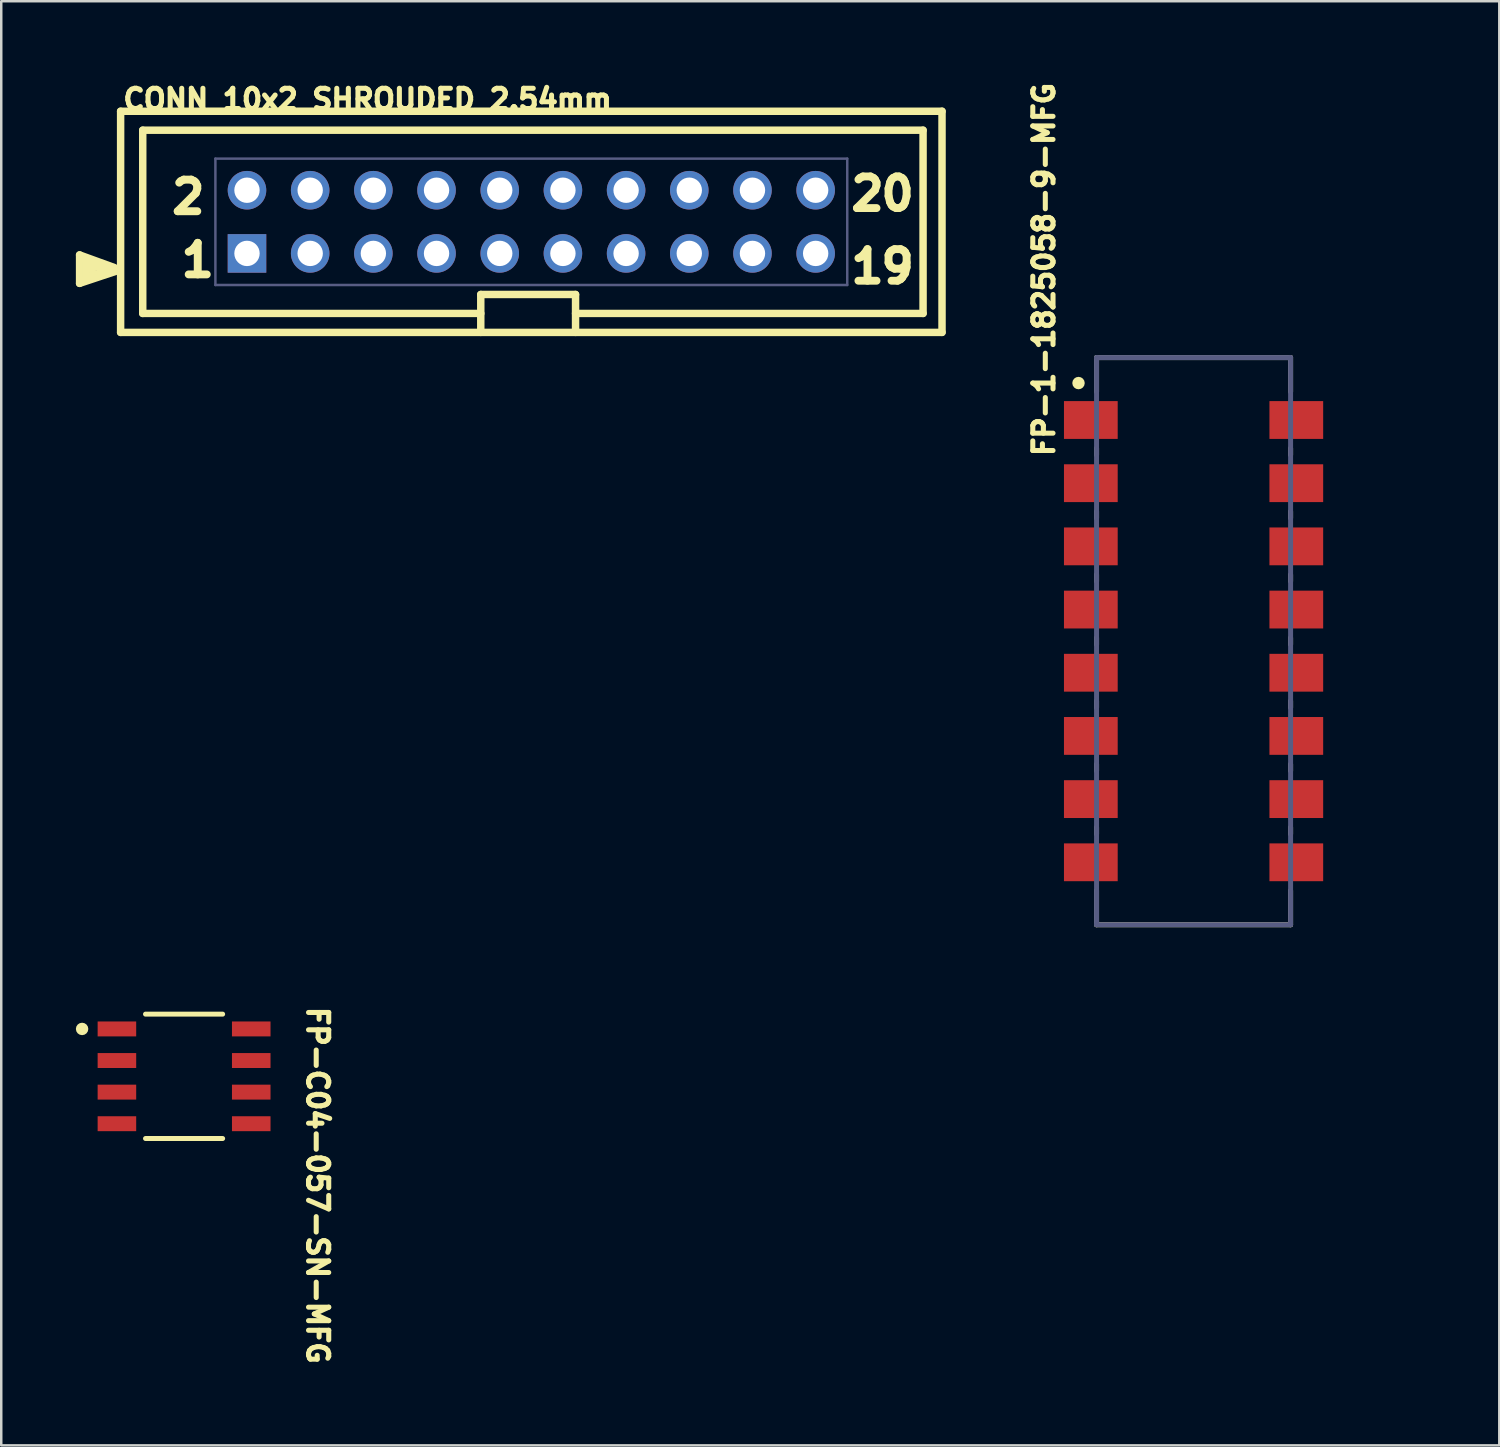
<source format=kicad_pcb>
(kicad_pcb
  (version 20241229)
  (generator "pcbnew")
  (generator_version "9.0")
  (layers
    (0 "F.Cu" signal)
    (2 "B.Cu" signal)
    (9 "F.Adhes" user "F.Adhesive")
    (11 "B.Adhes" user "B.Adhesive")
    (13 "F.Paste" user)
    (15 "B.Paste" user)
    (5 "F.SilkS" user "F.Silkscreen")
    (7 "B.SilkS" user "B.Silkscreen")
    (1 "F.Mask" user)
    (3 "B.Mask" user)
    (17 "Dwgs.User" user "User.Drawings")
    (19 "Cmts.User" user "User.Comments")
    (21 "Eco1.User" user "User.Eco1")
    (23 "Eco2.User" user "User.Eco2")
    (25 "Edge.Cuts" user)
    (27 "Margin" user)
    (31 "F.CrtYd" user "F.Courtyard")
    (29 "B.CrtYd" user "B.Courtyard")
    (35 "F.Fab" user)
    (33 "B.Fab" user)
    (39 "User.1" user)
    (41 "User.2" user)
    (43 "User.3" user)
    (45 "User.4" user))
  (footprint "CONN_10x2_SHROUDED_2.54mm"
    (layer "F.Cu")
    (at 6.879 7.137)
    (property "Reference" "CONN_10x2_SHROUDED_2.54mm" (at -5.08 -5.715 0) (unlocked yes) (layer "F.SilkS") (effects (font (size 0.813 0.813) (thickness 0.203)) (justify left bottom)))
    (fp_line (start -6.729 0.061) (end -6.729 1.204) (stroke (width 0.3) (type solid)) (layer "F.SilkS"))
    (fp_line (start -6.475 0.315) (end -6.475 0.95) (stroke (width 0.3) (type solid)) (layer "F.SilkS"))
    (fp_line (start -6.221 0.696) (end -6.348 0.442) (stroke (width 0.3) (type solid)) (layer "F.SilkS"))
    (fp_line (start -5.586 0.696) (end -6.475 0.95) (stroke (width 0.3) (type solid)) (layer "F.SilkS"))
    (fp_line (start -5.586 0.696) (end -6.348 0.442) (stroke (width 0.3) (type solid)) (layer "F.SilkS"))
    (fp_line (start -5.332 0.569) (end -6.729 0.061) (stroke (width 0.3) (type solid)) (layer "F.SilkS"))
    (fp_line (start -5.205 0.696) (end -6.729 1.204) (stroke (width 0.3) (type solid)) (layer "F.SilkS"))
    (fp_line (start -5.08 -5.715) (end -5.08 3.175) (stroke (width 0.3) (type solid)) (layer "F.SilkS"))
    (fp_line (start -5.08 -5.715) (end 27.94 -5.715) (stroke (width 0.3) (type solid)) (layer "F.SilkS"))
    (fp_line (start -5.08 3.175) (end 27.94 3.175) (stroke (width 0.3) (type solid)) (layer "F.SilkS"))
    (fp_line (start -4.191 -4.953) (end -4.191 2.413) (stroke (width 0.3) (type solid)) (layer "F.SilkS"))
    (fp_line (start -4.191 -4.953) (end 27.178 -4.953) (stroke (width 0.3) (type solid)) (layer "F.SilkS"))
    (fp_line (start -4.191 2.413) (end 9.398 2.413) (stroke (width 0.3) (type solid)) (layer "F.SilkS"))
    (fp_line (start 9.398 1.651) (end 9.398 3.175) (stroke (width 0.3) (type solid)) (layer "F.SilkS"))
    (fp_line (start 9.398 1.651) (end 13.208 1.651) (stroke (width 0.3) (type solid)) (layer "F.SilkS"))
    (fp_line (start 13.208 1.651) (end 13.208 3.175) (stroke (width 0.3) (type solid)) (layer "F.SilkS"))
    (fp_line (start 13.208 2.413) (end 27.178 2.413) (stroke (width 0.3) (type solid)) (layer "F.SilkS"))
    (fp_line (start 27.178 -4.953) (end 27.178 2.413) (stroke (width 0.3) (type solid)) (layer "F.SilkS"))
    (fp_line (start 27.94 -5.715) (end 27.94 3.175) (stroke (width 0.3) (type solid)) (layer "F.SilkS"))
    (fp_line (start -1.495 -4.035) (end -1.495 1.495) (stroke (width 0.05) (type solid)) (layer "Eco1.User"))
    (fp_line (start -1.495 -4.035) (end 24.355 -4.035) (stroke (width 0.05) (type solid)) (layer "Eco1.User"))
    (fp_line (start -1.495 1.495) (end 24.355 1.495) (stroke (width 0.05) (type solid)) (layer "Eco1.User"))
    (fp_line (start 24.355 -4.035) (end 24.355 1.495) (stroke (width 0.05) (type solid)) (layer "Eco1.User"))
    (fp_line (start -1.27 -3.81) (end -1.27 1.27) (stroke (width 0.1) (type solid)) (layer "B.Fab"))
    (fp_line (start -1.27 -3.81) (end 24.13 -3.81) (stroke (width 0.1) (type solid)) (layer "B.Fab"))
    (fp_line (start -1.27 1.27) (end 24.13 1.27) (stroke (width 0.1) (type solid)) (layer "B.Fab"))
    (fp_line (start 24.13 -3.81) (end 24.13 1.27) (stroke (width 0.1) (type solid)) (layer "B.Fab"))
    (fp_text user "2" (at -3.175 -1.524 0) (unlocked yes) (layer "F.SilkS") (effects (font (size 1.27 1.27) (thickness 0.381) (bold yes)) (justify left bottom)))
    (fp_text user "20" (at 24.13 -1.651 0) (unlocked yes) (layer "F.SilkS") (effects (font (size 1.27 1.27) (thickness 0.381) (bold yes)) (justify left bottom)))
    (fp_text user "19" (at 24.13 1.27 0) (unlocked yes) (layer "F.SilkS") (effects (font (size 1.27 1.27) (thickness 0.381) (bold yes)) (justify left bottom)))
    (fp_text user "1" (at -2.794 1.016 0) (unlocked yes) (layer "F.SilkS") (effects (font (size 1.27 1.27) (thickness 0.381) (bold yes)) (justify left bottom)))
    (pad "1" thru_hole rect (at 0 0) (size 1.55 1.55) (drill 1.02) (layers "*.Cu" "*.Mask"))
    (pad "2" thru_hole circle (at 0 -2.54) (size 1.55 1.55) (drill 1.02) (layers "*.Cu" "*.Mask"))
    (pad "3" thru_hole circle (at 2.54 0) (size 1.55 1.55) (drill 1.02) (layers "*.Cu" "*.Mask"))
    (pad "4" thru_hole circle (at 2.54 -2.54) (size 1.55 1.55) (drill 1.02) (layers "*.Cu" "*.Mask"))
    (pad "5" thru_hole circle (at 5.08 0) (size 1.55 1.55) (drill 1.02) (layers "*.Cu" "*.Mask"))
    (pad "6" thru_hole circle (at 5.08 -2.54) (size 1.55 1.55) (drill 1.02) (layers "*.Cu" "*.Mask"))
    (pad "7" thru_hole circle (at 7.62 0) (size 1.55 1.55) (drill 1.02) (layers "*.Cu" "*.Mask"))
    (pad "8" thru_hole circle (at 7.62 -2.54) (size 1.55 1.55) (drill 1.02) (layers "*.Cu" "*.Mask"))
    (pad "9" thru_hole circle (at 10.16 0) (size 1.55 1.55) (drill 1.02) (layers "*.Cu" "*.Mask"))
    (pad "10" thru_hole circle (at 10.16 -2.54) (size 1.55 1.55) (drill 1.02) (layers "*.Cu" "*.Mask"))
    (pad "11" thru_hole circle (at 12.7 0) (size 1.55 1.55) (drill 1.02) (layers "*.Cu" "*.Mask"))
    (pad "12" thru_hole circle (at 12.7 -2.54) (size 1.55 1.55) (drill 1.02) (layers "*.Cu" "*.Mask"))
    (pad "13" thru_hole circle (at 15.24 0) (size 1.55 1.55) (drill 1.02) (layers "*.Cu" "*.Mask"))
    (pad "14" thru_hole circle (at 15.24 -2.54) (size 1.55 1.55) (drill 1.02) (layers "*.Cu" "*.Mask"))
    (pad "15" thru_hole circle (at 17.78 0) (size 1.55 1.55) (drill 1.02) (layers "*.Cu" "*.Mask"))
    (pad "16" thru_hole circle (at 17.78 -2.54) (size 1.55 1.55) (drill 1.02) (layers "*.Cu" "*.Mask"))
    (pad "17" thru_hole circle (at 20.32 0) (size 1.55 1.55) (drill 1.02) (layers "*.Cu" "*.Mask"))
    (pad "18" thru_hole circle (at 20.32 -2.54) (size 1.55 1.55) (drill 1.02) (layers "*.Cu" "*.Mask"))
    (pad "19" thru_hole circle (at 22.86 0) (size 1.55 1.55) (drill 1.02) (layers "*.Cu" "*.Mask"))
    (pad "20" thru_hole circle (at 22.86 -2.54) (size 1.55 1.55) (drill 1.02) (layers "*.Cu" "*.Mask")))
  (footprint "FP-C04-057-SN-MFG"
    (layer "F.Cu")
    (at 4.35 40.218)
    (property "Reference" "FP-C04-057-SN-MFG" (at 4.892 -2.894 270) (unlocked yes) (layer "F.SilkS") (effects (font (size 0.813 0.813) (thickness 0.203)) (justify left bottom)))
    (fp_line (start -1.55 -2.5) (end 1.55 -2.5) (stroke (width 0.2) (type solid)) (layer "F.SilkS"))
    (fp_line (start -1.55 2.5) (end 1.55 2.5) (stroke (width 0.2) (type solid)) (layer "F.SilkS"))
    (fp_circle (center -4.1 -1.905) (end -4.225 -1.905) (stroke (width 0.25) (type solid)) (fill no) (layer "F.SilkS"))
    (fp_line (start -3.575 -2.75) (end 3.575 -2.75) (stroke (width 0.2) (type solid)) (layer "Eco1.User"))
    (fp_line (start -3.575 -2.75) (end 3.575 -2.75) (stroke (width 0.2) (type solid)) (layer "Eco1.User"))
    (fp_line (start -3.575 2.75) (end -3.575 -2.75) (stroke (width 0.2) (type solid)) (layer "Eco1.User"))
    (fp_line (start -3.575 2.75) (end -3.575 -2.75) (stroke (width 0.2) (type solid)) (layer "Eco1.User"))
    (fp_line (start -3.575 2.75) (end 3.575 2.75) (stroke (width 0.2) (type solid)) (layer "Eco1.User"))
    (fp_line (start -3.575 2.75) (end 3.575 2.75) (stroke (width 0.2) (type solid)) (layer "Eco1.User"))
    (fp_line (start -2 -2.5) (end 2 -2.5) (stroke (width 0.2) (type solid)) (layer "Eco1.User"))
    (fp_line (start -2 2.5) (end -2 -2.5) (stroke (width 0.2) (type solid)) (layer "Eco1.User"))
    (fp_line (start -2 2.5) (end 2 2.5) (stroke (width 0.2) (type solid)) (layer "Eco1.User"))
    (fp_line (start -0.5 0) (end 0.5 0) (stroke (width 0.1) (type solid)) (layer "Eco1.User"))
    (fp_line (start 0 0.5) (end 0 -0.5) (stroke (width 0.1) (type solid)) (layer "Eco1.User"))
    (fp_line (start 2 2.5) (end 2 -2.5) (stroke (width 0.2) (type solid)) (layer "Eco1.User"))
    (fp_line (start 3.575 2.75) (end 3.575 -2.75) (stroke (width 0.2) (type solid)) (layer "Eco1.User"))
    (fp_line (start 3.575 2.75) (end 3.575 -2.75) (stroke (width 0.2) (type solid)) (layer "Eco1.User"))
    (fp_text user "${REFERENCE}" (at -0.00001 -0.011 180) (unlocked yes) (layer "Eco1.User") (effects (font (face "Arial") (size 0.63 0.63) (thickness 0.1)) (justify left bottom mirror)))
    (pad "1" smd rect (at -2.7 -1.905 180) (size 1.55 0.6) (layers "F.Cu" "F.Mask" "F.Paste"))
    (pad "2" smd rect (at -2.7 -0.635 180) (size 1.55 0.6) (layers "F.Cu" "F.Mask" "F.Paste"))
    (pad "3" smd rect (at -2.7 0.635 180) (size 1.55 0.6) (layers "F.Cu" "F.Mask" "F.Paste"))
    (pad "4" smd rect (at -2.7 1.905 180) (size 1.55 0.6) (layers "F.Cu" "F.Mask" "F.Paste"))
    (pad "5" smd rect (at 2.7 1.905 180) (size 1.55 0.6) (layers "F.Cu" "F.Mask" "F.Paste"))
    (pad "6" smd rect (at 2.7 0.635 180) (size 1.55 0.6) (layers "F.Cu" "F.Mask" "F.Paste"))
    (pad "7" smd rect (at 2.7 -0.635 180) (size 1.55 0.6) (layers "F.Cu" "F.Mask" "F.Paste"))
    (pad "8" smd rect (at 2.7 -1.905 180) (size 1.55 0.6) (layers "F.Cu" "F.Mask" "F.Paste")))
  (footprint "FP-1-1825058-9-MFG"
    (layer "F.Cu")
    (at 44.931 22.724)
    (property "Reference" "FP-1-1825058-9-MFG" (at -5.54 -7.337 90) (unlocked yes) (layer "F.SilkS") (effects (font (size 0.813 0.813) (thickness 0.203)) (justify left bottom)))
    (fp_line (start -3.9 -11.4) (end 3.9 -11.4) (stroke (width 0.2) (type solid)) (layer "F.SilkS"))
    (fp_line (start -3.9 -10.025) (end -3.9 -11.4) (stroke (width 0.2) (type solid)) (layer "F.SilkS"))
    (fp_line (start -3.9 -7.485) (end -3.9 -7.755) (stroke (width 0.2) (type solid)) (layer "F.SilkS"))
    (fp_line (start -3.9 -4.945) (end -3.9 -5.215) (stroke (width 0.2) (type solid)) (layer "F.SilkS"))
    (fp_line (start -3.9 -2.405) (end -3.9 -2.675) (stroke (width 0.2) (type solid)) (layer "F.SilkS"))
    (fp_line (start -3.9 0.135) (end -3.9 -0.135) (stroke (width 0.2) (type solid)) (layer "F.SilkS"))
    (fp_line (start -3.9 2.675) (end -3.9 2.405) (stroke (width 0.2) (type solid)) (layer "F.SilkS"))
    (fp_line (start -3.9 5.215) (end -3.9 4.945) (stroke (width 0.2) (type solid)) (layer "F.SilkS"))
    (fp_line (start -3.9 7.755) (end -3.9 7.485) (stroke (width 0.2) (type solid)) (layer "F.SilkS"))
    (fp_line (start -3.9 11.4) (end -3.9 10.025) (stroke (width 0.2) (type solid)) (layer "F.SilkS"))
    (fp_line (start -3.9 11.4) (end 3.9 11.4) (stroke (width 0.2) (type solid)) (layer "F.SilkS"))
    (fp_line (start 3.9 -10.025) (end 3.9 -11.4) (stroke (width 0.2) (type solid)) (layer "F.SilkS"))
    (fp_line (start 3.9 -7.485) (end 3.9 -7.755) (stroke (width 0.2) (type solid)) (layer "F.SilkS"))
    (fp_line (start 3.9 -4.945) (end 3.9 -5.215) (stroke (width 0.2) (type solid)) (layer "F.SilkS"))
    (fp_line (start 3.9 -2.405) (end 3.9 -2.675) (stroke (width 0.2) (type solid)) (layer "F.SilkS"))
    (fp_line (start 3.9 0.135) (end 3.9 -0.135) (stroke (width 0.2) (type solid)) (layer "F.SilkS"))
    (fp_line (start 3.9 2.675) (end 3.9 2.405) (stroke (width 0.2) (type solid)) (layer "F.SilkS"))
    (fp_line (start 3.9 5.215) (end 3.9 4.945) (stroke (width 0.2) (type solid)) (layer "F.SilkS"))
    (fp_line (start 3.9 7.755) (end 3.9 7.485) (stroke (width 0.2) (type solid)) (layer "F.SilkS"))
    (fp_line (start 3.9 11.4) (end 3.9 10.025) (stroke (width 0.2) (type solid)) (layer "F.SilkS"))
    (fp_circle (center -4.625 -10.375) (end -4.625 -10.5) (stroke (width 0.25) (type solid)) (fill no) (layer "F.SilkS"))
    (fp_line (start -5.31 -11.5) (end 5.31 -11.5) (stroke (width 0.2) (type solid)) (layer "Eco1.User"))
    (fp_line (start -5.31 11.5) (end -5.31 -11.5) (stroke (width 0.2) (type solid)) (layer "Eco1.User"))
    (fp_line (start -5.31 11.5) (end 5.31 11.5) (stroke (width 0.2) (type solid)) (layer "Eco1.User"))
    (fp_line (start -0.5 0) (end 0.5 0) (stroke (width 0.1) (type solid)) (layer "Eco1.User"))
    (fp_line (start 0 0.5) (end 0 -0.5) (stroke (width 0.1) (type solid)) (layer "Eco1.User"))
    (fp_line (start 5.31 11.5) (end 5.31 -11.5) (stroke (width 0.2) (type solid)) (layer "Eco1.User"))
    (fp_line (start -3.9 -11.4) (end 3.9 -11.4) (stroke (width 0.2) (type solid)) (layer "B.Fab"))
    (fp_line (start -3.9 11.4) (end -3.9 -11.4) (stroke (width 0.2) (type solid)) (layer "B.Fab"))
    (fp_line (start -3.9 11.4) (end 3.9 11.4) (stroke (width 0.2) (type solid)) (layer "B.Fab"))
    (fp_line (start 3.9 11.4) (end 3.9 -11.4) (stroke (width 0.2) (type solid)) (layer "B.Fab"))
    (fp_line (start -5.31 -11.5) (end 5.31 -11.5) (stroke (width 0.2) (type solid)) (layer "User.5"))
    (fp_line (start -5.31 11.5) (end -5.31 -11.5) (stroke (width 0.2) (type solid)) (layer "User.5"))
    (fp_line (start -5.31 11.5) (end 5.31 11.5) (stroke (width 0.2) (type solid)) (layer "User.5"))
    (fp_line (start 5.31 11.5) (end 5.31 -11.5) (stroke (width 0.2) (type solid)) (layer "User.5"))
    (fp_text user "${REFERENCE}" (at 0 0.178 0) (unlocked yes) (layer "User.5") (effects (font (face "Arial") (size 0.63 0.63) (thickness 0.1)) (justify left bottom)))
    (pad "1" smd rect (at -4.13 -8.89) (size 2.16 1.52) (layers "F.Cu" "F.Mask" "F.Paste"))
    (pad "2" smd rect (at -4.13 -6.35) (size 2.16 1.52) (layers "F.Cu" "F.Mask" "F.Paste"))
    (pad "3" smd rect (at -4.13 -3.81) (size 2.16 1.52) (layers "F.Cu" "F.Mask" "F.Paste"))
    (pad "4" smd rect (at -4.13 -1.27) (size 2.16 1.52) (layers "F.Cu" "F.Mask" "F.Paste"))
    (pad "5" smd rect (at -4.13 1.27) (size 2.16 1.52) (layers "F.Cu" "F.Mask" "F.Paste"))
    (pad "6" smd rect (at -4.13 3.81) (size 2.16 1.52) (layers "F.Cu" "F.Mask" "F.Paste"))
    (pad "7" smd rect (at -4.13 6.35) (size 2.16 1.52) (layers "F.Cu" "F.Mask" "F.Paste"))
    (pad "8" smd rect (at -4.13 8.89) (size 2.16 1.52) (layers "F.Cu" "F.Mask" "F.Paste"))
    (pad "9" smd rect (at 4.13 8.89) (size 2.16 1.52) (layers "F.Cu" "F.Mask" "F.Paste"))
    (pad "10" smd rect (at 4.13 6.35) (size 2.16 1.52) (layers "F.Cu" "F.Mask" "F.Paste"))
    (pad "11" smd rect (at 4.13 3.81) (size 2.16 1.52) (layers "F.Cu" "F.Mask" "F.Paste"))
    (pad "12" smd rect (at 4.13 1.27) (size 2.16 1.52) (layers "F.Cu" "F.Mask" "F.Paste"))
    (pad "13" smd rect (at 4.13 -1.27) (size 2.16 1.52) (layers "F.Cu" "F.Mask" "F.Paste"))
    (pad "14" smd rect (at 4.13 -3.81) (size 2.16 1.52) (layers "F.Cu" "F.Mask" "F.Paste"))
    (pad "15" smd rect (at 4.13 -6.35) (size 2.16 1.52) (layers "F.Cu" "F.Mask" "F.Paste"))
    (pad "16" smd rect (at 4.13 -8.89) (size 2.16 1.52) (layers "F.Cu" "F.Mask" "F.Paste")))
  (gr_rect
    (start -3 -3)
    (end 57.221 55.053)
    (stroke (width 0.1) (type default))
    (fill no)
    (layer "Edge.Cuts")))
</source>
